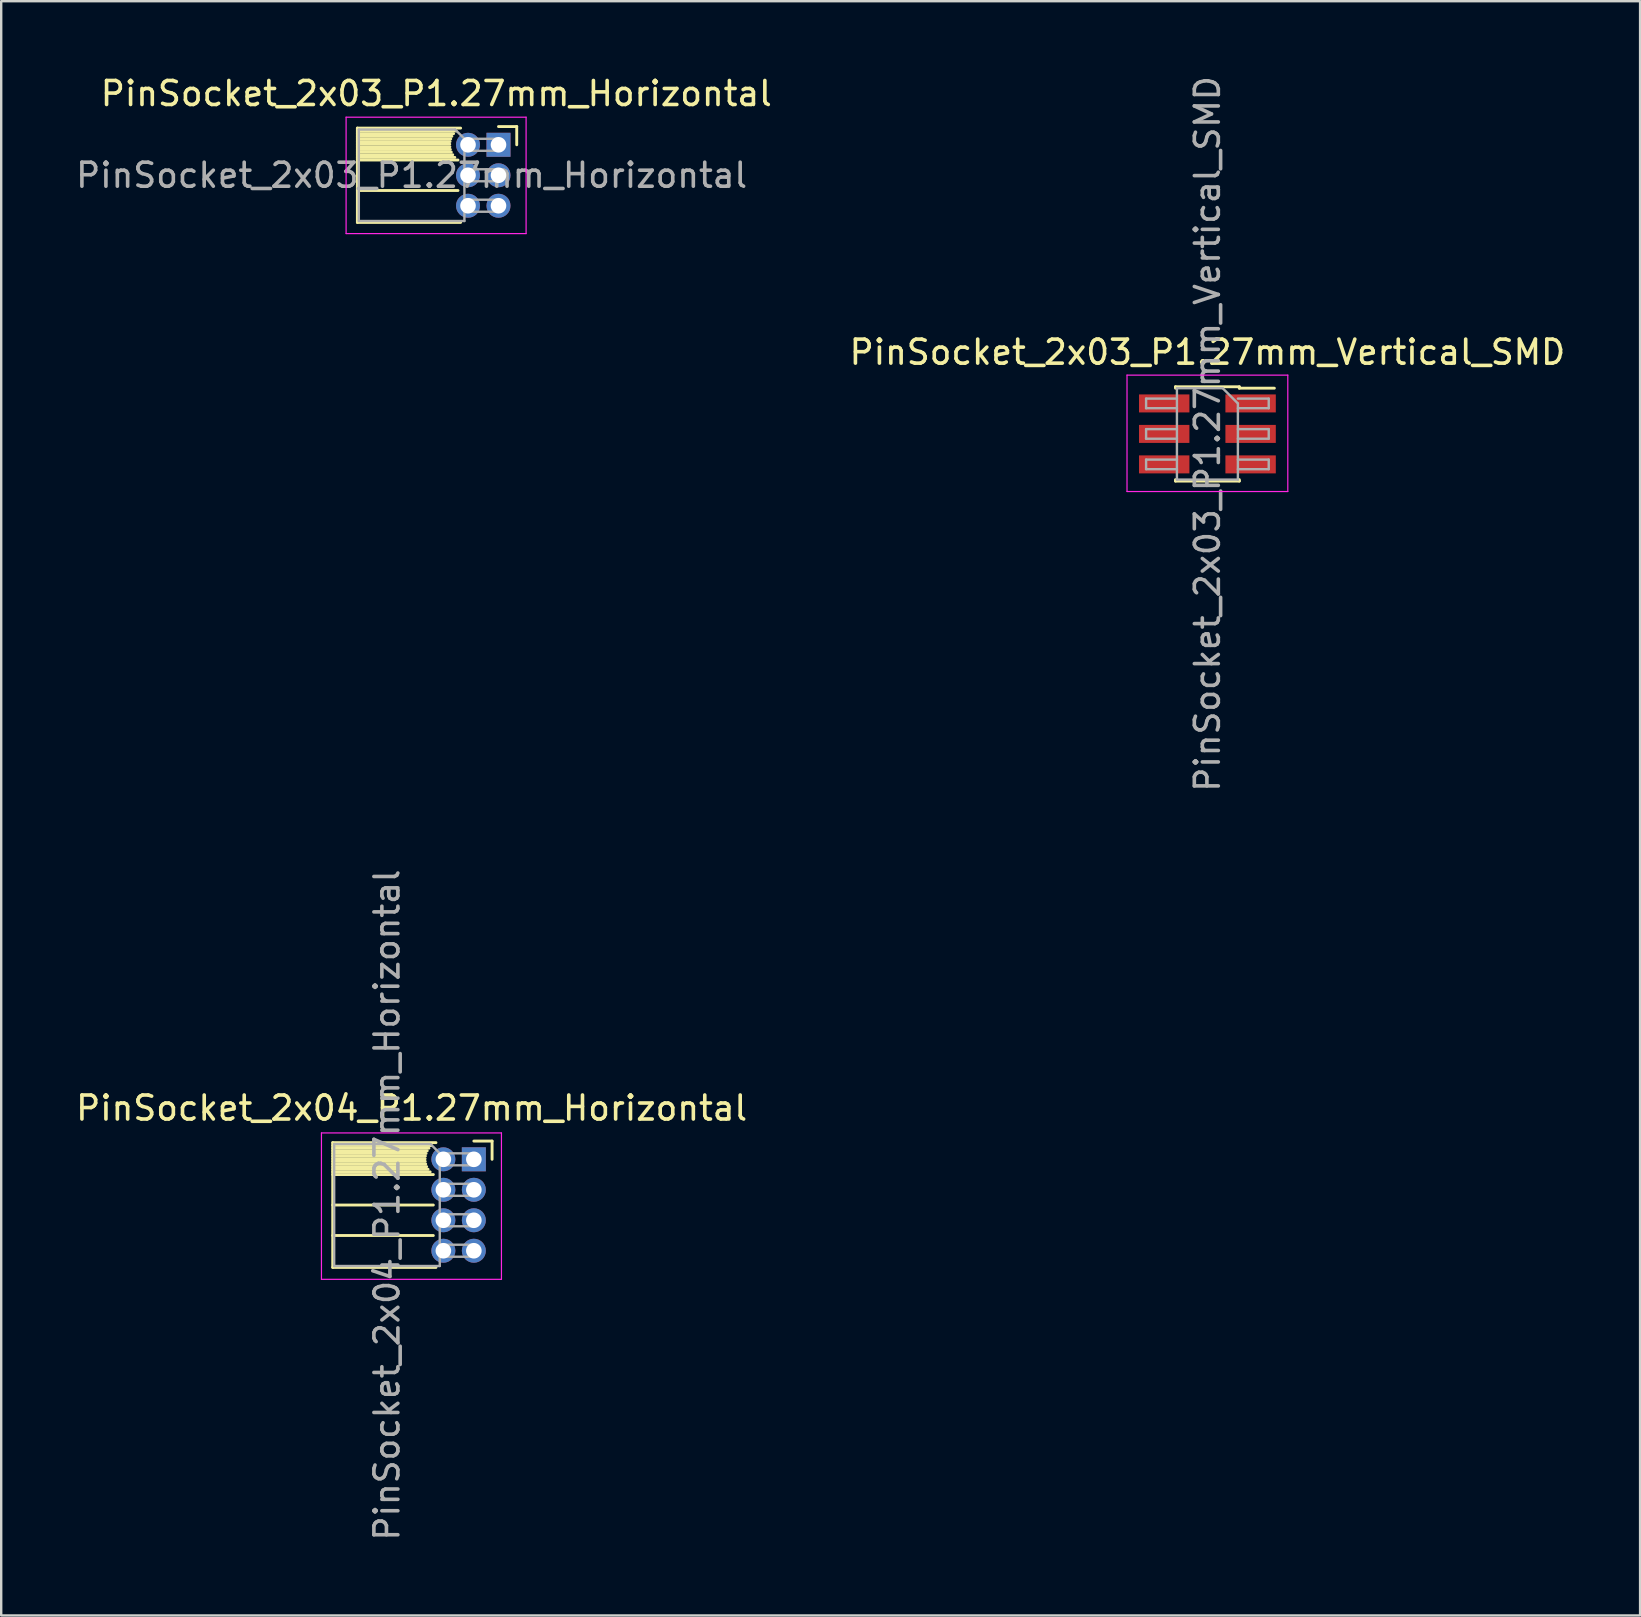
<source format=kicad_pcb>
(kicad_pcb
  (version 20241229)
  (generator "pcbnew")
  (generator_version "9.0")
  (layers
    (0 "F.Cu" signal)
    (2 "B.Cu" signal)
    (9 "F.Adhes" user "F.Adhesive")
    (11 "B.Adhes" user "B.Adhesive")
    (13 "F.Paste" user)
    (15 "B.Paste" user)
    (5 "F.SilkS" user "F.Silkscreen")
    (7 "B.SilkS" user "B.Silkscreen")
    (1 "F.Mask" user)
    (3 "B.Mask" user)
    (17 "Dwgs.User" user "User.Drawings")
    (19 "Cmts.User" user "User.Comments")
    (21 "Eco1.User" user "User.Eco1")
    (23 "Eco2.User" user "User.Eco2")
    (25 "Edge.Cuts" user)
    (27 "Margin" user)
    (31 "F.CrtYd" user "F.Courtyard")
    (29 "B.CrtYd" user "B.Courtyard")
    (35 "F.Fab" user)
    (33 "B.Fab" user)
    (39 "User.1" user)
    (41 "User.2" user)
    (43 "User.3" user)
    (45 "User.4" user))
  (footprint "PinSocket_2x03_P1.27mm_Vertical_SMD"
    (layer "F.Cu")
    (at 47.26 15.03)
    (property "Reference" "PinSocket_2x03_P1.27mm_Vertical_SMD" (at 0 -3.405 0) (layer "F.SilkS") (effects (font (size 1 1) (thickness 0.15))))
    (attr smd)
    (fp_line (start -1.33 -1.965) (end -1.33 -1.905) (stroke (width 0.12) (type solid)) (layer "F.SilkS"))
    (fp_line (start -1.33 -1.965) (end 1.33 -1.965) (stroke (width 0.12) (type solid)) (layer "F.SilkS"))
    (fp_line (start -1.33 1.905) (end -1.33 1.965) (stroke (width 0.12) (type solid)) (layer "F.SilkS"))
    (fp_line (start -1.33 1.965) (end 1.33 1.965) (stroke (width 0.12) (type solid)) (layer "F.SilkS"))
    (fp_line (start 1.33 -1.965) (end 1.33 -1.905) (stroke (width 0.12) (type solid)) (layer "F.SilkS"))
    (fp_line (start 1.33 -1.905) (end 2.79 -1.905) (stroke (width 0.12) (type solid)) (layer "F.SilkS"))
    (fp_line (start 1.33 1.905) (end 1.33 1.965) (stroke (width 0.12) (type solid)) (layer "F.SilkS"))
    (fp_line (start -3.35 -2.45) (end 3.35 -2.45) (stroke (width 0.05) (type solid)) (layer "F.CrtYd"))
    (fp_line (start -3.35 2.4) (end -3.35 -2.45) (stroke (width 0.05) (type solid)) (layer "F.CrtYd"))
    (fp_line (start 3.35 -2.45) (end 3.35 2.4) (stroke (width 0.05) (type solid)) (layer "F.CrtYd"))
    (fp_line (start 3.35 2.4) (end -3.35 2.4) (stroke (width 0.05) (type solid)) (layer "F.CrtYd"))
    (fp_line (start -2.555 -1.47) (end -1.27 -1.47) (stroke (width 0.1) (type solid)) (layer "F.Fab"))
    (fp_line (start -2.555 -1.07) (end -2.555 -1.47) (stroke (width 0.1) (type solid)) (layer "F.Fab"))
    (fp_line (start -2.555 -0.2) (end -1.27 -0.2) (stroke (width 0.1) (type solid)) (layer "F.Fab"))
    (fp_line (start -2.555 0.2) (end -2.555 -0.2) (stroke (width 0.1) (type solid)) (layer "F.Fab"))
    (fp_line (start -2.555 1.07) (end -1.27 1.07) (stroke (width 0.1) (type solid)) (layer "F.Fab"))
    (fp_line (start -2.555 1.47) (end -2.555 1.07) (stroke (width 0.1) (type solid)) (layer "F.Fab"))
    (fp_line (start -1.27 -1.905) (end 0.635 -1.905) (stroke (width 0.1) (type solid)) (layer "F.Fab"))
    (fp_line (start -1.27 -1.07) (end -2.555 -1.07) (stroke (width 0.1) (type solid)) (layer "F.Fab"))
    (fp_line (start -1.27 0.2) (end -2.555 0.2) (stroke (width 0.1) (type solid)) (layer "F.Fab"))
    (fp_line (start -1.27 1.47) (end -2.555 1.47) (stroke (width 0.1) (type solid)) (layer "F.Fab"))
    (fp_line (start -1.27 1.905) (end -1.27 -1.905) (stroke (width 0.1) (type solid)) (layer "F.Fab"))
    (fp_line (start 0.635 -1.905) (end 1.27 -1.27) (stroke (width 0.1) (type solid)) (layer "F.Fab"))
    (fp_line (start 1.27 -1.47) (end 2.555 -1.47) (stroke (width 0.1) (type solid)) (layer "F.Fab"))
    (fp_line (start 1.27 -1.27) (end 1.27 1.905) (stroke (width 0.1) (type solid)) (layer "F.Fab"))
    (fp_line (start 1.27 -0.2) (end 2.555 -0.2) (stroke (width 0.1) (type solid)) (layer "F.Fab"))
    (fp_line (start 1.27 1.07) (end 2.555 1.07) (stroke (width 0.1) (type solid)) (layer "F.Fab"))
    (fp_line (start 1.27 1.905) (end -1.27 1.905) (stroke (width 0.1) (type solid)) (layer "F.Fab"))
    (fp_line (start 2.555 -1.47) (end 2.555 -1.07) (stroke (width 0.1) (type solid)) (layer "F.Fab"))
    (fp_line (start 2.555 -1.07) (end 1.27 -1.07) (stroke (width 0.1) (type solid)) (layer "F.Fab"))
    (fp_line (start 2.555 -0.2) (end 2.555 0.2) (stroke (width 0.1) (type solid)) (layer "F.Fab"))
    (fp_line (start 2.555 0.2) (end 1.27 0.2) (stroke (width 0.1) (type solid)) (layer "F.Fab"))
    (fp_line (start 2.555 1.07) (end 2.555 1.47) (stroke (width 0.1) (type solid)) (layer "F.Fab"))
    (fp_line (start 2.555 1.47) (end 1.27 1.47) (stroke (width 0.1) (type solid)) (layer "F.Fab"))
    (fp_text user "${REFERENCE}" (at 0 0 90) (layer "F.Fab") (effects (font (size 1 1) (thickness 0.15))))
    (pad "1" smd rect (at 1.8 -1.27) (size 2.1 0.75) (layers "F.Cu" "F.Mask" "F.Paste"))
    (pad "2" smd rect (at -1.8 -1.27) (size 2.1 0.75) (layers "F.Cu" "F.Mask" "F.Paste"))
    (pad "3" smd rect (at 1.8 0) (size 2.1 0.75) (layers "F.Cu" "F.Mask" "F.Paste"))
    (pad "4" smd rect (at -1.8 0) (size 2.1 0.75) (layers "F.Cu" "F.Mask" "F.Paste"))
    (pad "5" smd rect (at 1.8 1.27) (size 2.1 0.75) (layers "F.Cu" "F.Mask" "F.Paste"))
    (pad "6" smd rect (at -1.8 1.27) (size 2.1 0.75) (layers "F.Cu" "F.Mask" "F.Paste")))
  (footprint "PinSocket_2x04_P1.27mm_Horizontal"
    (layer "F.Cu")
    (at 16.694 45.256)
    (property "Reference" "PinSocket_2x04_P1.27mm_Horizontal" (at -2.592 -2.135 0) (layer "F.SilkS") (effects (font (size 1 1) (thickness 0.15))))
    (attr through_hole)
    (fp_line (start -5.88 -0.695) (end -5.88 4.505) (stroke (width 0.12) (type solid)) (layer "F.SilkS"))
    (fp_line (start -5.88 -0.695) (end -1.578 -0.695) (stroke (width 0.12) (type solid)) (layer "F.SilkS"))
    (fp_line (start -5.88 -0.575) (end -1.767 -0.575) (stroke (width 0.12) (type solid)) (layer "F.SilkS"))
    (fp_line (start -5.88 -0.465) (end -1.871 -0.465) (stroke (width 0.12) (type solid)) (layer "F.SilkS"))
    (fp_line (start -5.88 -0.355) (end -1.942 -0.355) (stroke (width 0.12) (type solid)) (layer "F.SilkS"))
    (fp_line (start -5.88 -0.245) (end -1.989 -0.245) (stroke (width 0.12) (type solid)) (layer "F.SilkS"))
    (fp_line (start -5.88 -0.135) (end -2.018 -0.135) (stroke (width 0.12) (type solid)) (layer "F.SilkS"))
    (fp_line (start -5.88 -0.025) (end -2.03 -0.025) (stroke (width 0.12) (type solid)) (layer "F.SilkS"))
    (fp_line (start -5.88 0.085) (end -2.025 0.085) (stroke (width 0.12) (type solid)) (layer "F.SilkS"))
    (fp_line (start -5.88 0.195) (end -2.005 0.195) (stroke (width 0.12) (type solid)) (layer "F.SilkS"))
    (fp_line (start -5.88 0.305) (end -1.966 0.305) (stroke (width 0.12) (type solid)) (layer "F.SilkS"))
    (fp_line (start -5.88 0.415) (end -1.907 0.415) (stroke (width 0.12) (type solid)) (layer "F.SilkS"))
    (fp_line (start -5.88 0.525) (end -1.82 0.525) (stroke (width 0.12) (type solid)) (layer "F.SilkS"))
    (fp_line (start -5.88 0.635) (end -1.688 0.635) (stroke (width 0.12) (type solid)) (layer "F.SilkS"))
    (fp_line (start -5.88 1.905) (end -1.688 1.905) (stroke (width 0.12) (type solid)) (layer "F.SilkS"))
    (fp_line (start -5.88 3.175) (end -1.688 3.175) (stroke (width 0.12) (type solid)) (layer "F.SilkS"))
    (fp_line (start -5.88 4.505) (end -1.578 4.505) (stroke (width 0.12) (type solid)) (layer "F.SilkS"))
    (fp_line (start 0 -0.76) (end 0.76 -0.76) (stroke (width 0.12) (type solid)) (layer "F.SilkS"))
    (fp_line (start 0.76 -0.76) (end 0.76 0) (stroke (width 0.12) (type solid)) (layer "F.SilkS"))
    (fp_line (start -6.35 -1.1) (end -6.35 5) (stroke (width 0.05) (type solid)) (layer "F.CrtYd"))
    (fp_line (start -6.35 5) (end 1.15 5) (stroke (width 0.05) (type solid)) (layer "F.CrtYd"))
    (fp_line (start 1.15 -1.1) (end -6.35 -1.1) (stroke (width 0.05) (type solid)) (layer "F.CrtYd"))
    (fp_line (start 1.15 5) (end 1.15 -1.1) (stroke (width 0.05) (type solid)) (layer "F.CrtYd"))
    (fp_line (start -5.82 -0.635) (end -1.805 -0.635) (stroke (width 0.1) (type solid)) (layer "F.Fab"))
    (fp_line (start -5.82 4.445) (end -5.82 -0.635) (stroke (width 0.1) (type solid)) (layer "F.Fab"))
    (fp_line (start -1.805 -0.635) (end -1.42 -0.25) (stroke (width 0.1) (type solid)) (layer "F.Fab"))
    (fp_line (start -1.42 -0.25) (end -1.42 4.445) (stroke (width 0.1) (type solid)) (layer "F.Fab"))
    (fp_line (start -1.42 0.25) (end 0 0.25) (stroke (width 0.1) (type solid)) (layer "F.Fab"))
    (fp_line (start -1.42 1.52) (end 0 1.52) (stroke (width 0.1) (type solid)) (layer "F.Fab"))
    (fp_line (start -1.42 2.79) (end 0 2.79) (stroke (width 0.1) (type solid)) (layer "F.Fab"))
    (fp_line (start -1.42 4.06) (end 0 4.06) (stroke (width 0.1) (type solid)) (layer "F.Fab"))
    (fp_line (start -1.42 4.445) (end -5.82 4.445) (stroke (width 0.1) (type solid)) (layer "F.Fab"))
    (fp_line (start 0 -0.25) (end -1.42 -0.25) (stroke (width 0.1) (type solid)) (layer "F.Fab"))
    (fp_line (start 0 0.25) (end 0 -0.25) (stroke (width 0.1) (type solid)) (layer "F.Fab"))
    (fp_line (start 0 1.02) (end -1.42 1.02) (stroke (width 0.1) (type solid)) (layer "F.Fab"))
    (fp_line (start 0 1.52) (end 0 1.02) (stroke (width 0.1) (type solid)) (layer "F.Fab"))
    (fp_line (start 0 2.29) (end -1.42 2.29) (stroke (width 0.1) (type solid)) (layer "F.Fab"))
    (fp_line (start 0 2.79) (end 0 2.29) (stroke (width 0.1) (type solid)) (layer "F.Fab"))
    (fp_line (start 0 3.56) (end -1.42 3.56) (stroke (width 0.1) (type solid)) (layer "F.Fab"))
    (fp_line (start 0 4.06) (end 0 3.56) (stroke (width 0.1) (type solid)) (layer "F.Fab"))
    (fp_text user "${REFERENCE}" (at -3.62 1.905 90) (layer "F.Fab") (effects (font (size 1 1) (thickness 0.15))))
    (pad "1" thru_hole rect (at 0 0) (size 1 1) (drill 0.65) (layers "*.Cu" "*.Mask"))
    (pad "2" thru_hole oval (at -1.27 0) (size 1 1) (drill 0.65) (layers "*.Cu" "*.Mask"))
    (pad "3" thru_hole oval (at 0 1.27) (size 1 1) (drill 0.65) (layers "*.Cu" "*.Mask"))
    (pad "4" thru_hole oval (at -1.27 1.27) (size 1 1) (drill 0.65) (layers "*.Cu" "*.Mask"))
    (pad "5" thru_hole oval (at 0 2.54) (size 1 1) (drill 0.65) (layers "*.Cu" "*.Mask"))
    (pad "6" thru_hole oval (at -1.27 2.54) (size 1 1) (drill 0.65) (layers "*.Cu" "*.Mask"))
    (pad "7" thru_hole oval (at 0 3.81) (size 1 1) (drill 0.65) (layers "*.Cu" "*.Mask"))
    (pad "8" thru_hole oval (at -1.27 3.81) (size 1 1) (drill 0.65) (layers "*.Cu" "*.Mask")))
  (footprint "PinSocket_2x03_P1.27mm_Horizontal"
    (layer "F.Cu")
    (at 17.721 2.983)
    (property "Reference" "PinSocket_2x03_P1.27mm_Horizontal" (at -2.592 -2.135 0) (layer "F.SilkS") (effects (font (size 1 1) (thickness 0.15))))
    (attr through_hole)
    (fp_line (start -5.88 -0.695) (end -5.88 3.235) (stroke (width 0.12) (type solid)) (layer "F.SilkS"))
    (fp_line (start -5.88 -0.695) (end -1.578 -0.695) (stroke (width 0.12) (type solid)) (layer "F.SilkS"))
    (fp_line (start -5.88 -0.575) (end -1.767 -0.575) (stroke (width 0.12) (type solid)) (layer "F.SilkS"))
    (fp_line (start -5.88 -0.465) (end -1.871 -0.465) (stroke (width 0.12) (type solid)) (layer "F.SilkS"))
    (fp_line (start -5.88 -0.355) (end -1.942 -0.355) (stroke (width 0.12) (type solid)) (layer "F.SilkS"))
    (fp_line (start -5.88 -0.245) (end -1.989 -0.245) (stroke (width 0.12) (type solid)) (layer "F.SilkS"))
    (fp_line (start -5.88 -0.135) (end -2.018 -0.135) (stroke (width 0.12) (type solid)) (layer "F.SilkS"))
    (fp_line (start -5.88 -0.025) (end -2.03 -0.025) (stroke (width 0.12) (type solid)) (layer "F.SilkS"))
    (fp_line (start -5.88 0.085) (end -2.025 0.085) (stroke (width 0.12) (type solid)) (layer "F.SilkS"))
    (fp_line (start -5.88 0.195) (end -2.005 0.195) (stroke (width 0.12) (type solid)) (layer "F.SilkS"))
    (fp_line (start -5.88 0.305) (end -1.966 0.305) (stroke (width 0.12) (type solid)) (layer "F.SilkS"))
    (fp_line (start -5.88 0.415) (end -1.907 0.415) (stroke (width 0.12) (type solid)) (layer "F.SilkS"))
    (fp_line (start -5.88 0.525) (end -1.82 0.525) (stroke (width 0.12) (type solid)) (layer "F.SilkS"))
    (fp_line (start -5.88 0.635) (end -1.688 0.635) (stroke (width 0.12) (type solid)) (layer "F.SilkS"))
    (fp_line (start -5.88 1.905) (end -1.688 1.905) (stroke (width 0.12) (type solid)) (layer "F.SilkS"))
    (fp_line (start -5.88 3.235) (end -1.578 3.235) (stroke (width 0.12) (type solid)) (layer "F.SilkS"))
    (fp_line (start 0 -0.76) (end 0.76 -0.76) (stroke (width 0.12) (type solid)) (layer "F.SilkS"))
    (fp_line (start 0.76 -0.76) (end 0.76 0) (stroke (width 0.12) (type solid)) (layer "F.SilkS"))
    (fp_line (start -6.35 -1.15) (end -6.35 3.7) (stroke (width 0.05) (type solid)) (layer "F.CrtYd"))
    (fp_line (start -6.35 3.7) (end 1.15 3.7) (stroke (width 0.05) (type solid)) (layer "F.CrtYd"))
    (fp_line (start 1.15 -1.15) (end -6.35 -1.15) (stroke (width 0.05) (type solid)) (layer "F.CrtYd"))
    (fp_line (start 1.15 3.7) (end 1.15 -1.15) (stroke (width 0.05) (type solid)) (layer "F.CrtYd"))
    (fp_line (start -5.82 -0.635) (end -1.805 -0.635) (stroke (width 0.1) (type solid)) (layer "F.Fab"))
    (fp_line (start -5.82 3.175) (end -5.82 -0.635) (stroke (width 0.1) (type solid)) (layer "F.Fab"))
    (fp_line (start -1.805 -0.635) (end -1.42 -0.25) (stroke (width 0.1) (type solid)) (layer "F.Fab"))
    (fp_line (start -1.42 -0.25) (end -1.42 3.175) (stroke (width 0.1) (type solid)) (layer "F.Fab"))
    (fp_line (start -1.42 0.25) (end 0 0.25) (stroke (width 0.1) (type solid)) (layer "F.Fab"))
    (fp_line (start -1.42 1.52) (end 0 1.52) (stroke (width 0.1) (type solid)) (layer "F.Fab"))
    (fp_line (start -1.42 2.79) (end 0 2.79) (stroke (width 0.1) (type solid)) (layer "F.Fab"))
    (fp_line (start -1.42 3.175) (end -5.82 3.175) (stroke (width 0.1) (type solid)) (layer "F.Fab"))
    (fp_line (start 0 -0.25) (end -1.42 -0.25) (stroke (width 0.1) (type solid)) (layer "F.Fab"))
    (fp_line (start 0 0.25) (end 0 -0.25) (stroke (width 0.1) (type solid)) (layer "F.Fab"))
    (fp_line (start 0 1.02) (end -1.42 1.02) (stroke (width 0.1) (type solid)) (layer "F.Fab"))
    (fp_line (start 0 1.52) (end 0 1.02) (stroke (width 0.1) (type solid)) (layer "F.Fab"))
    (fp_line (start 0 2.29) (end -1.42 2.29) (stroke (width 0.1) (type solid)) (layer "F.Fab"))
    (fp_line (start 0 2.79) (end 0 2.29) (stroke (width 0.1) (type solid)) (layer "F.Fab"))
    (fp_text user "${REFERENCE}" (at -3.62 1.27 0) (layer "F.Fab") (effects (font (size 1 1) (thickness 0.15))))
    (pad "1" thru_hole rect (at 0 0) (size 1 1) (drill 0.65) (layers "*.Cu" "*.Mask"))
    (pad "2" thru_hole oval (at -1.27 0) (size 1 1) (drill 0.65) (layers "*.Cu" "*.Mask"))
    (pad "3" thru_hole oval (at 0 1.27) (size 1 1) (drill 0.65) (layers "*.Cu" "*.Mask"))
    (pad "4" thru_hole oval (at -1.27 1.27) (size 1 1) (drill 0.65) (layers "*.Cu" "*.Mask"))
    (pad "5" thru_hole oval (at 0 2.54) (size 1 1) (drill 0.65) (layers "*.Cu" "*.Mask"))
    (pad "6" thru_hole oval (at -1.27 2.54) (size 1 1) (drill 0.65) (layers "*.Cu" "*.Mask")))
  (gr_rect
    (start -3 -3)
    (end 65.289 64.262)
    (stroke (width 0.1) (type default))
    (fill no)
    (layer "Edge.Cuts")))
</source>
